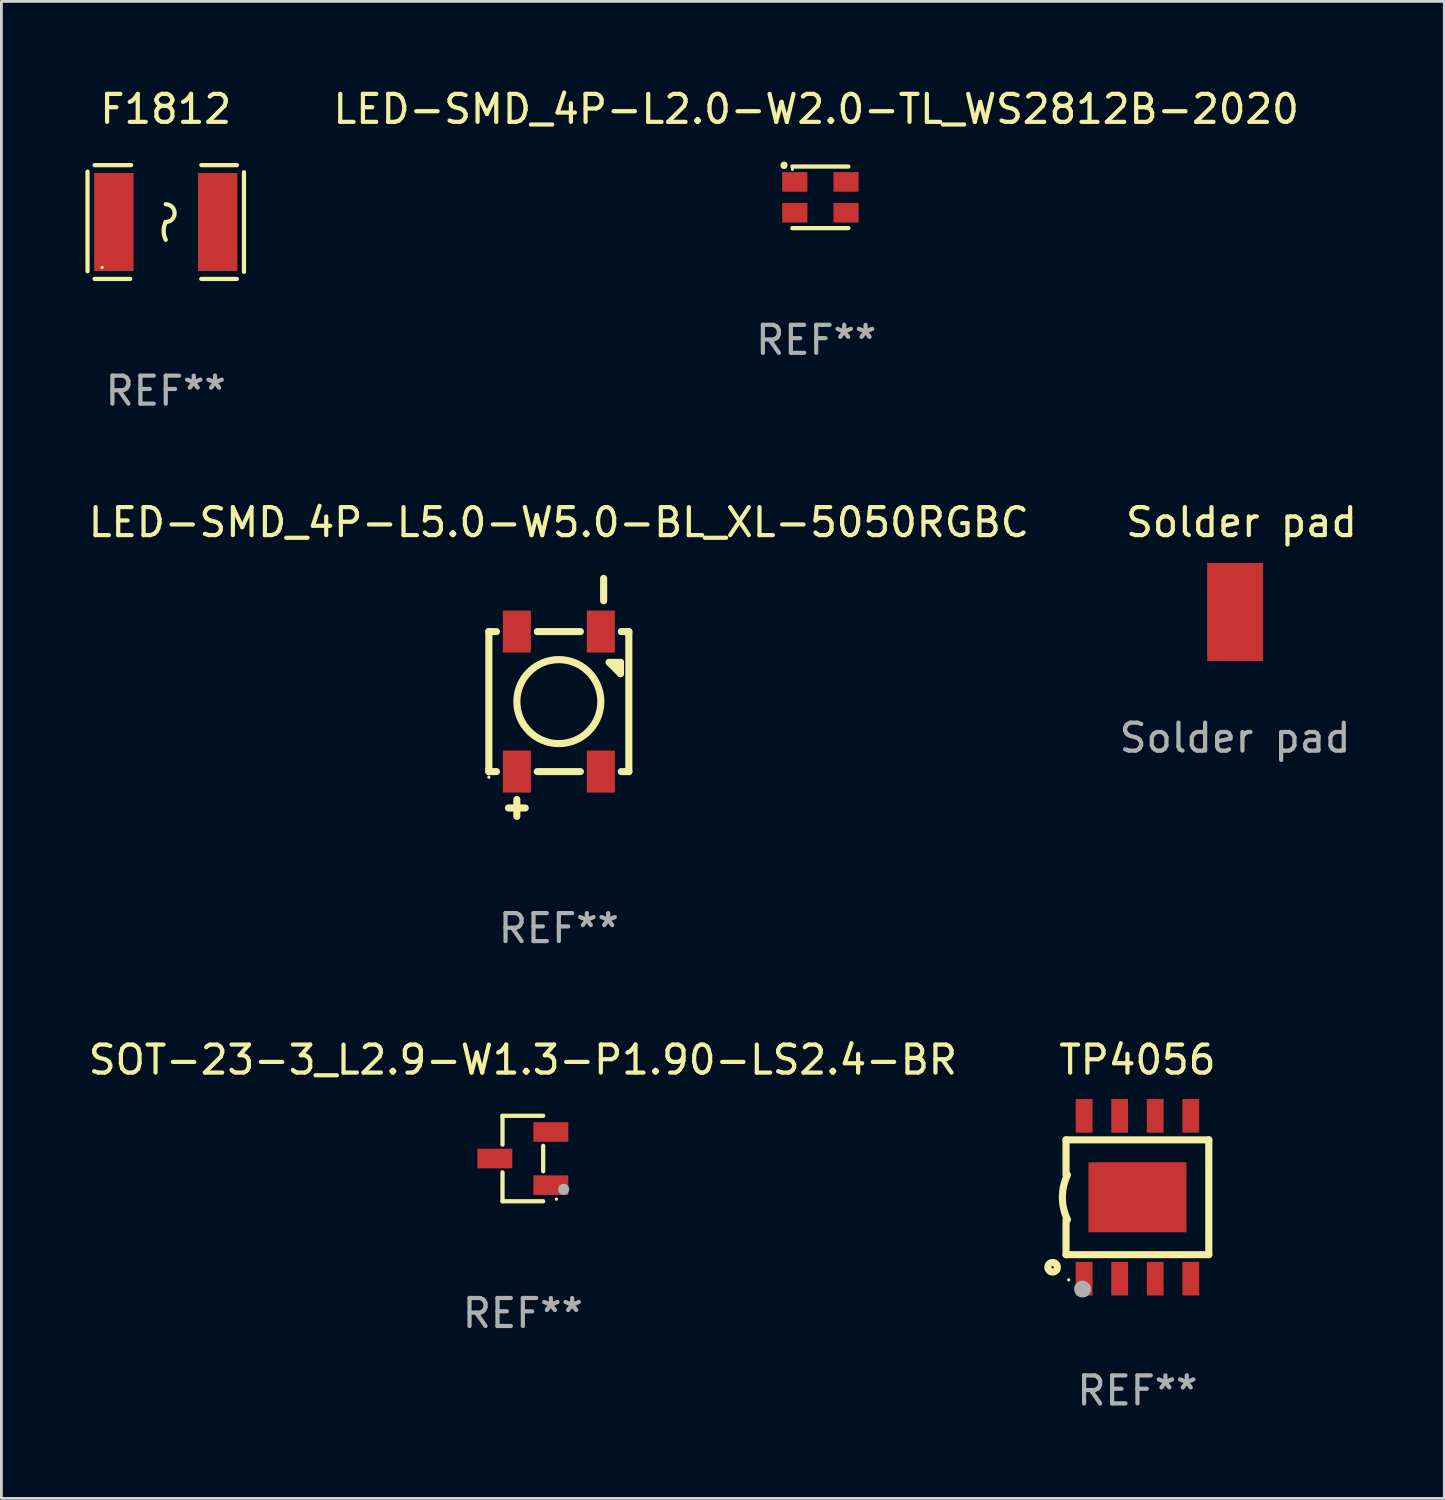
<source format=kicad_pcb>
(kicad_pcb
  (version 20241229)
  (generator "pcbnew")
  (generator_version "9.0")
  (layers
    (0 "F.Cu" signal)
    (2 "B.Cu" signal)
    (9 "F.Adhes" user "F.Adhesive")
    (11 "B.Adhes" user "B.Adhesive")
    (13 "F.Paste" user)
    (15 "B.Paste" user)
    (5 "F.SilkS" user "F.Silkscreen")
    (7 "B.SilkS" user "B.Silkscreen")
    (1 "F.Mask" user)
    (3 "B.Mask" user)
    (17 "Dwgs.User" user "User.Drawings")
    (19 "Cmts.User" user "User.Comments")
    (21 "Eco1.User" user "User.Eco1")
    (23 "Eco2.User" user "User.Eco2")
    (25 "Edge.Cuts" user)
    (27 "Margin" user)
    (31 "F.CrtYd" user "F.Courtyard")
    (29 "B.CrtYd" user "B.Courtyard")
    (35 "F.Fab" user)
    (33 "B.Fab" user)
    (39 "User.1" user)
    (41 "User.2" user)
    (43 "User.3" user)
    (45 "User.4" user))
  (footprint "LED-SMD_4P-L2.0-W2.0-TL_WS2812B-2020"
    (layer "F.Cu")
    (at 26.103 3.973)
    (property "Reference" "LED-SMD_4P-L2.0-W2.0-TL_WS2812B-2020" (at 0 -3.125 0) (layer "F.SilkS") (effects (font (size 1 1) (thickness 0.15))))
    (attr through_hole)
    (fp_line (start -1.15 -1.125) (end -1.15 -1.113) (stroke (width 0.254) (type solid)) (layer "F.SilkS"))
    (fp_line (start -0.85 1.125) (end 1.15 1.125) (stroke (width 0.152) (type solid)) (layer "F.SilkS"))
    (fp_line (start 1.15 -1.075) (end -0.85 -1.075) (stroke (width 0.152) (type solid)) (layer "F.SilkS"))
    (fp_circle (center -0.85 -0.975) (end -0.82 -0.975) (stroke (width 0.06) (type solid)) (fill no) (layer "F.SilkS"))
    (fp_text user "REF**" (at 0 5.125 0) (layer "F.Fab") (effects (font (size 1 1) (thickness 0.15))))
    (pad "1" smd rect (at -0.765 -0.525) (size 0.9 0.7) (layers "F.Cu" "F.Mask" "F.Paste"))
    (pad "2" smd rect (at -0.765 0.575) (size 0.9 0.7) (layers "F.Cu" "F.Mask" "F.Paste"))
    (pad "3" smd rect (at 1.065 0.575) (size 0.9 0.7) (layers "F.Cu" "F.Mask" "F.Paste"))
    (pad "4" smd rect (at 1.065 -0.525) (size 0.9 0.7) (layers "F.Cu" "F.Mask" "F.Paste")))
  (footprint "Solder pad"
    (layer "F.Cu")
    (at 41.142 18.758)
    (property "Reference" "Solder pad" (at 0.152 -3.15 0) (unlocked yes) (layer "F.SilkS") (effects (font (size 1 1) (thickness 0.15))))
    (fp_text user "${REFERENCE}" (at -0.076 4.548 0) (unlocked yes) (layer "F.Fab") (effects (font (size 1 1) (thickness 0.15))))
    (pad "1" smd rect (at -0.076 0.051) (size 2 3.5) (layers "F.Cu" "F.Mask")))
  (footprint "F1812"
    (layer "F.Cu")
    (at 2.87 4.88)
    (property "Reference" "F1812" (at 0 -4.032 0) (layer "F.SilkS") (effects (font (size 1 1) (thickness 0.15))))
    (attr through_hole)
    (fp_line (start -2.794 -1.798) (end -2.794 1.758) (stroke (width 0.152) (type solid)) (layer "F.SilkS"))
    (fp_line (start -2.54 -2.032) (end -1.235 -2.032) (stroke (width 0.152) (type solid)) (layer "F.SilkS"))
    (fp_line (start -1.27 2.032) (end -2.54 2.032) (stroke (width 0.152) (type solid)) (layer "F.SilkS"))
    (fp_line (start 1.27 2.032) (end 2.54 2.032) (stroke (width 0.152) (type solid)) (layer "F.SilkS"))
    (fp_line (start 2.54 -2.032) (end 1.27 -2.032) (stroke (width 0.152) (type solid)) (layer "F.SilkS"))
    (fp_line (start 2.794 -1.778) (end 2.794 1.778) (stroke (width 0.152) (type solid)) (layer "F.SilkS"))
    (fp_arc (start 0 -0.635002) (mid 0.317501 -0.317501) (end 0 0) (stroke (width 0.151994) (type solid)) (layer "F.SilkS"))
    (fp_arc (start 0 0.635001) (mid -0.074951 0.317501) (end 0 0) (stroke (width 0.151994) (type solid)) (layer "F.SilkS"))
    (fp_circle (center -2.275 1.62) (end -2.245 1.62) (stroke (width 0.06) (type solid)) (fill no) (layer "F.SilkS"))
    (fp_text user "REF**" (at 0 6.032 0) (layer "F.Fab") (effects (font (size 1 1) (thickness 0.15))))
    (pad "1" smd rect (at -1.853 0) (size 1.407 3.499) (layers "F.Cu" "F.Mask" "F.Paste"))
    (pad "2" smd rect (at 1.853 0) (size 1.407 3.499) (layers "F.Cu" "F.Mask" "F.Paste")))
  (footprint "TP4056"
    (layer "F.Cu")
    (at 37.577 39.714)
    (property "Reference" "TP4056" (at 0 -4.908 0) (layer "F.SilkS") (effects (font (size 1 1) (thickness 0.15))))
    (attr through_hole)
    (fp_line (start -2.55 -2.05) (end 2.55 -2.05) (stroke (width 0.254) (type solid)) (layer "F.SilkS"))
    (fp_line (start -2.55 -0.8) (end -2.55 -2.05) (stroke (width 0.254) (type solid)) (layer "F.SilkS"))
    (fp_line (start -2.55 0.8) (end -2.55 2.05) (stroke (width 0.254) (type solid)) (layer "F.SilkS"))
    (fp_line (start 2.55 -2.05) (end 2.55 2.05) (stroke (width 0.254) (type solid)) (layer "F.SilkS"))
    (fp_line (start 2.55 2.05) (end -2.55 2.05) (stroke (width 0.254) (type solid)) (layer "F.SilkS"))
    (fp_arc (start -2.499873 0.800102) (mid -2.680296 0) (end -2.499873 -0.800102) (stroke (width 0.254001) (type solid)) (layer "F.SilkS"))
    (fp_circle (center -3.03 2.5) (end -2.86 2.5) (stroke (width 0.254) (type solid)) (fill no) (layer "F.SilkS"))
    (fp_circle (center -2.454 2.95) (end -2.424 2.95) (stroke (width 0.06) (type solid)) (fill no) (layer "F.SilkS"))
    (fp_circle (center -1.96 3.28) (end -1.81 3.28) (stroke (width 0.3) (type solid)) (fill no) (layer "F.Fab"))
    (fp_text user "REF**" (at 0 6.908 0) (layer "F.Fab") (effects (font (size 1 1) (thickness 0.15))))
    (pad "1" smd rect (at -1.905 2.908) (size 0.6 1.2) (layers "F.Cu" "F.Mask" "F.Paste"))
    (pad "2" smd rect (at -0.635 2.908) (size 0.6 1.2) (layers "F.Cu" "F.Mask" "F.Paste"))
    (pad "3" smd rect (at 0.635 2.908) (size 0.6 1.2) (layers "F.Cu" "F.Mask" "F.Paste"))
    (pad "4" smd rect (at 1.905 2.908) (size 0.6 1.2) (layers "F.Cu" "F.Mask" "F.Paste"))
    (pad "5" smd rect (at 1.905 -2.908) (size 0.6 1.2) (layers "F.Cu" "F.Mask" "F.Paste"))
    (pad "6" smd rect (at 0.635 -2.908) (size 0.6 1.2) (layers "F.Cu" "F.Mask" "F.Paste"))
    (pad "7" smd rect (at -0.635 -2.908) (size 0.6 1.2) (layers "F.Cu" "F.Mask" "F.Paste"))
    (pad "8" smd rect (at -1.905 -2.908) (size 0.6 1.2) (layers "F.Cu" "F.Mask" "F.Paste"))
    (pad "9" smd rect (at 0 0 180) (size 3.5 2.5) (layers "F.Cu" "F.Mask" "F.Paste")))
  (footprint "LED-SMD_4P-L5.0-W5.0-BL_XL-5050RGBC"
    (layer "F.Cu")
    (at 16.911 21.859)
    (property "Reference" "LED-SMD_4P-L5.0-W5.0-BL_XL-5050RGBC" (at 0 -6.25 0) (layer "F.SilkS") (effects (font (size 1 1) (thickness 0.15))))
    (attr through_hole)
    (fp_line (start -2.5 -2.349) (end -2.23 -2.349) (stroke (width 0.254) (type solid)) (layer "F.SilkS"))
    (fp_line (start -2.5 2.651) (end -2.5 -2.349) (stroke (width 0.254) (type solid)) (layer "F.SilkS"))
    (fp_line (start -2.5 2.651) (end -2.23 2.651) (stroke (width 0.254) (type solid)) (layer "F.SilkS"))
    (fp_line (start -1.8 3.95) (end -1.2 3.95) (stroke (width 0.254) (type solid)) (layer "F.SilkS"))
    (fp_line (start -1.5 4.25) (end -1.5 3.65) (stroke (width 0.254) (type solid)) (layer "F.SilkS"))
    (fp_line (start -0.77 -2.349) (end 0.769 -2.349) (stroke (width 0.254) (type solid)) (layer "F.SilkS"))
    (fp_line (start -0.77 2.651) (end 0.769 2.651) (stroke (width 0.254) (type solid)) (layer "F.SilkS"))
    (fp_line (start 1.6 -4.25) (end 1.6 -3.45) (stroke (width 0.254) (type solid)) (layer "F.SilkS"))
    (fp_line (start 1.8 -1.249) (end 2.2 -1.249) (stroke (width 0.254) (type solid)) (layer "F.SilkS"))
    (fp_line (start 2.2 -0.849) (end 1.8 -1.249) (stroke (width 0.254) (type solid)) (layer "F.SilkS"))
    (fp_line (start 2.2 -1.249) (end 2.2 -0.849) (stroke (width 0.254) (type solid)) (layer "F.SilkS"))
    (fp_line (start 2.23 -2.349) (end 2.5 -2.349) (stroke (width 0.254) (type solid)) (layer "F.SilkS"))
    (fp_line (start 2.23 2.651) (end 2.5 2.651) (stroke (width 0.254) (type solid)) (layer "F.SilkS"))
    (fp_line (start 2.5 2.651) (end 2.5 -2.349) (stroke (width 0.254) (type solid)) (layer "F.SilkS"))
    (fp_circle (center -2.5 2.85) (end -2.47 2.85) (stroke (width 0.06) (type solid)) (fill no) (layer "F.SilkS"))
    (fp_circle (center -0.000127 0.151) (end 1.5 0.151) (stroke (width 0.254) (type solid)) (fill no) (layer "F.SilkS"))
    (fp_text user "REF**" (at 0 8.25 0) (layer "F.Fab") (effects (font (size 1 1) (thickness 0.15))))
    (pad "1" smd rect (at -1.5 2.65 90) (size 1.5 1) (layers "F.Cu" "F.Mask" "F.Paste"))
    (pad "2" smd rect (at 1.5 2.65 90) (size 1.5 1) (layers "F.Cu" "F.Mask" "F.Paste"))
    (pad "3" smd rect (at -1.5 -2.35 90) (size 1.5 1) (layers "F.Cu" "F.Mask" "F.Paste"))
    (pad "4" smd rect (at 1.5 -2.35 90) (size 1.5 1) (layers "F.Cu" "F.Mask" "F.Paste")))
  (footprint "SOT-23-3_L2.9-W1.3-P1.90-LS2.4-BR"
    (layer "F.Cu")
    (at 15.625 38.331)
    (property "Reference" "SOT-23-3_L2.9-W1.3-P1.90-LS2.4-BR" (at 0 -3.526 0) (layer "F.SilkS") (effects (font (size 1 1) (thickness 0.15))))
    (attr through_hole)
    (fp_line (start -0.726 -1.526) (end -0.726 -0.495) (stroke (width 0.152) (type solid)) (layer "F.SilkS"))
    (fp_line (start -0.726 1.526) (end -0.726 0.495) (stroke (width 0.152) (type solid)) (layer "F.SilkS"))
    (fp_line (start 0.726 -1.526) (end -0.726 -1.526) (stroke (width 0.152) (type solid)) (layer "F.SilkS"))
    (fp_line (start 0.726 -0.455) (end 0.726 0.455) (stroke (width 0.152) (type solid)) (layer "F.SilkS"))
    (fp_line (start 0.726 1.526) (end -0.726 1.526) (stroke (width 0.152) (type solid)) (layer "F.SilkS"))
    (fp_circle (center 1.2 1.45) (end 1.23 1.45) (stroke (width 0.06) (type solid)) (fill no) (layer "F.SilkS"))
    (fp_circle (center 1.46 1.1) (end 1.56 1.1) (stroke (width 0.2) (type solid)) (fill no) (layer "F.Fab"))
    (fp_text user "REF**" (at 0 5.526 0) (layer "F.Fab") (effects (font (size 1 1) (thickness 0.15))))
    (pad "1" smd rect (at 1 0.95) (size 1.25 0.7) (layers "F.Cu" "F.Mask" "F.Paste"))
    (pad "2" smd rect (at 1 -0.95) (size 1.25 0.7) (layers "F.Cu" "F.Mask" "F.Paste"))
    (pad "3" smd rect (at -1 0) (size 1.25 0.7) (layers "F.Cu" "F.Mask" "F.Paste")))
  (gr_rect
    (start -3 -3)
    (end 48.538 50.47)
    (stroke (width 0.1) (type default))
    (fill no)
    (layer "Edge.Cuts")))
</source>
